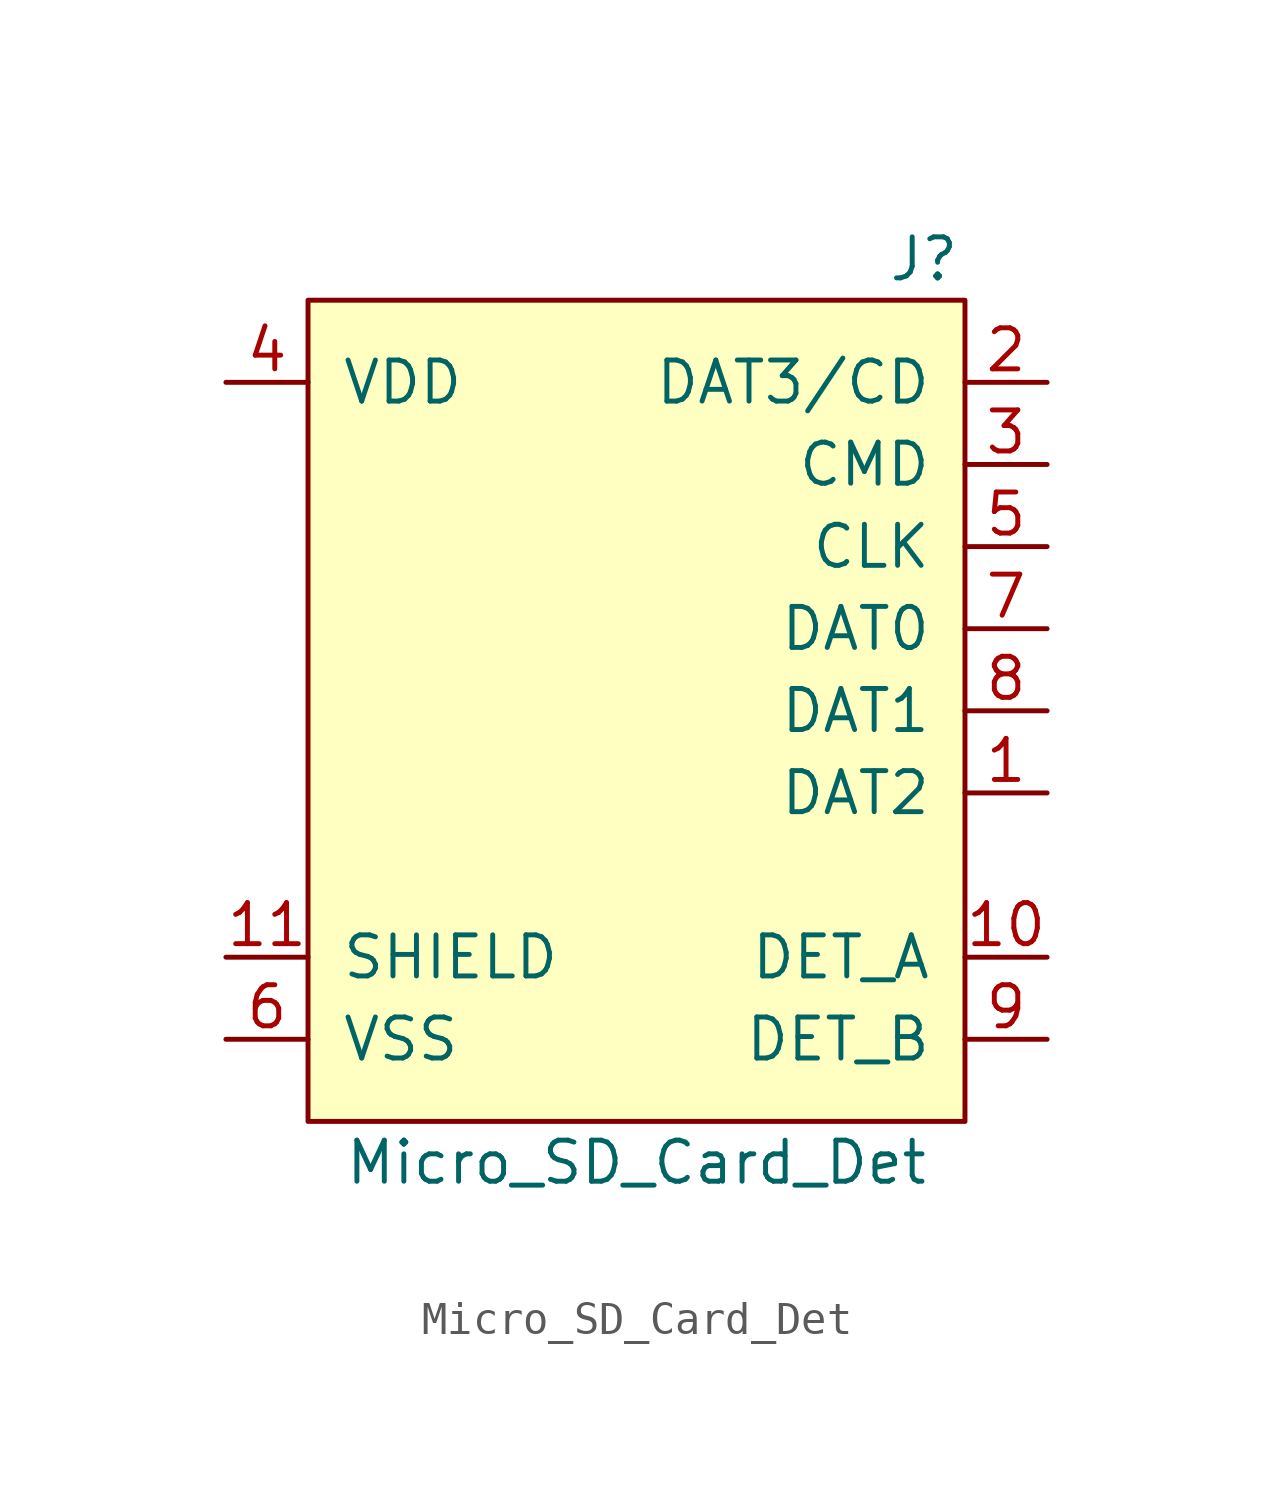
<source format=kicad_sym>
(kicad_symbol_lib
  (version 20231120)
  (generator "kicad_symbol_editor")
  (generator_version "8.99")
  (symbol "Micro_SD_Card_Det"
    (pin_names
      (offset 1.016))
    (property "Reference" "J"
      (at 8.89 13.97 0)
      (effects (font (size 1.27 1.27))))
    (property "Value" "Micro_SD_Card_Det"
      (at 0 -13.97 0)
      (effects (font (size 1.27 1.27))))
    (symbol "Micro_SD_Card_Det_1_1"
      (rectangle (start -10.16 12.7) (end 10.16 -12.7) (stroke (width 0) (type default)) (fill (type background)))
      (pin bidirectional line (at 12.7 -2.54 180) (length 2.54) (name "DAT2" (effects (font (size 1.27 1.27)))) (number "1" (effects (font (size 1.27 1.27)))))
      (pin passive line (at 12.7 -7.62 180) (length 2.54) (name "DET_A" (effects (font (size 1.27 1.27)))) (number "10" (effects (font (size 1.27 1.27)))))
      (pin passive line (at -12.7 -7.62 0) (length 2.54) (name "SHIELD" (effects (font (size 1.27 1.27)))) (number "11" (effects (font (size 1.27 1.27)))))
      (pin bidirectional line (at 12.7 10.16 180) (length 2.54) (name "DAT3/CD" (effects (font (size 1.27 1.27)))) (number "2" (effects (font (size 1.27 1.27)))))
      (pin input line (at 12.7 7.62 180) (length 2.54) (name "CMD" (effects (font (size 1.27 1.27)))) (number "3" (effects (font (size 1.27 1.27)))))
      (pin power_in line (at -12.7 10.16 0) (length 2.54) (name "VDD" (effects (font (size 1.27 1.27)))) (number "4" (effects (font (size 1.27 1.27)))))
      (pin input line (at 12.7 5.08 180) (length 2.54) (name "CLK" (effects (font (size 1.27 1.27)))) (number "5" (effects (font (size 1.27 1.27)))))
      (pin power_in line (at -12.7 -10.16 0) (length 2.54) (name "VSS" (effects (font (size 1.27 1.27)))) (number "6" (effects (font (size 1.27 1.27)))))
      (pin bidirectional line (at 12.7 2.54 180) (length 2.54) (name "DAT0" (effects (font (size 1.27 1.27)))) (number "7" (effects (font (size 1.27 1.27)))))
      (pin bidirectional line (at 12.7 0 180) (length 2.54) (name "DAT1" (effects (font (size 1.27 1.27)))) (number "8" (effects (font (size 1.27 1.27)))))
      (pin passive line (at 12.7 -10.16 180) (length 2.54) (name "DET_B" (effects (font (size 1.27 1.27)))) (number "9" (effects (font (size 1.27 1.27))))))))
</source>
